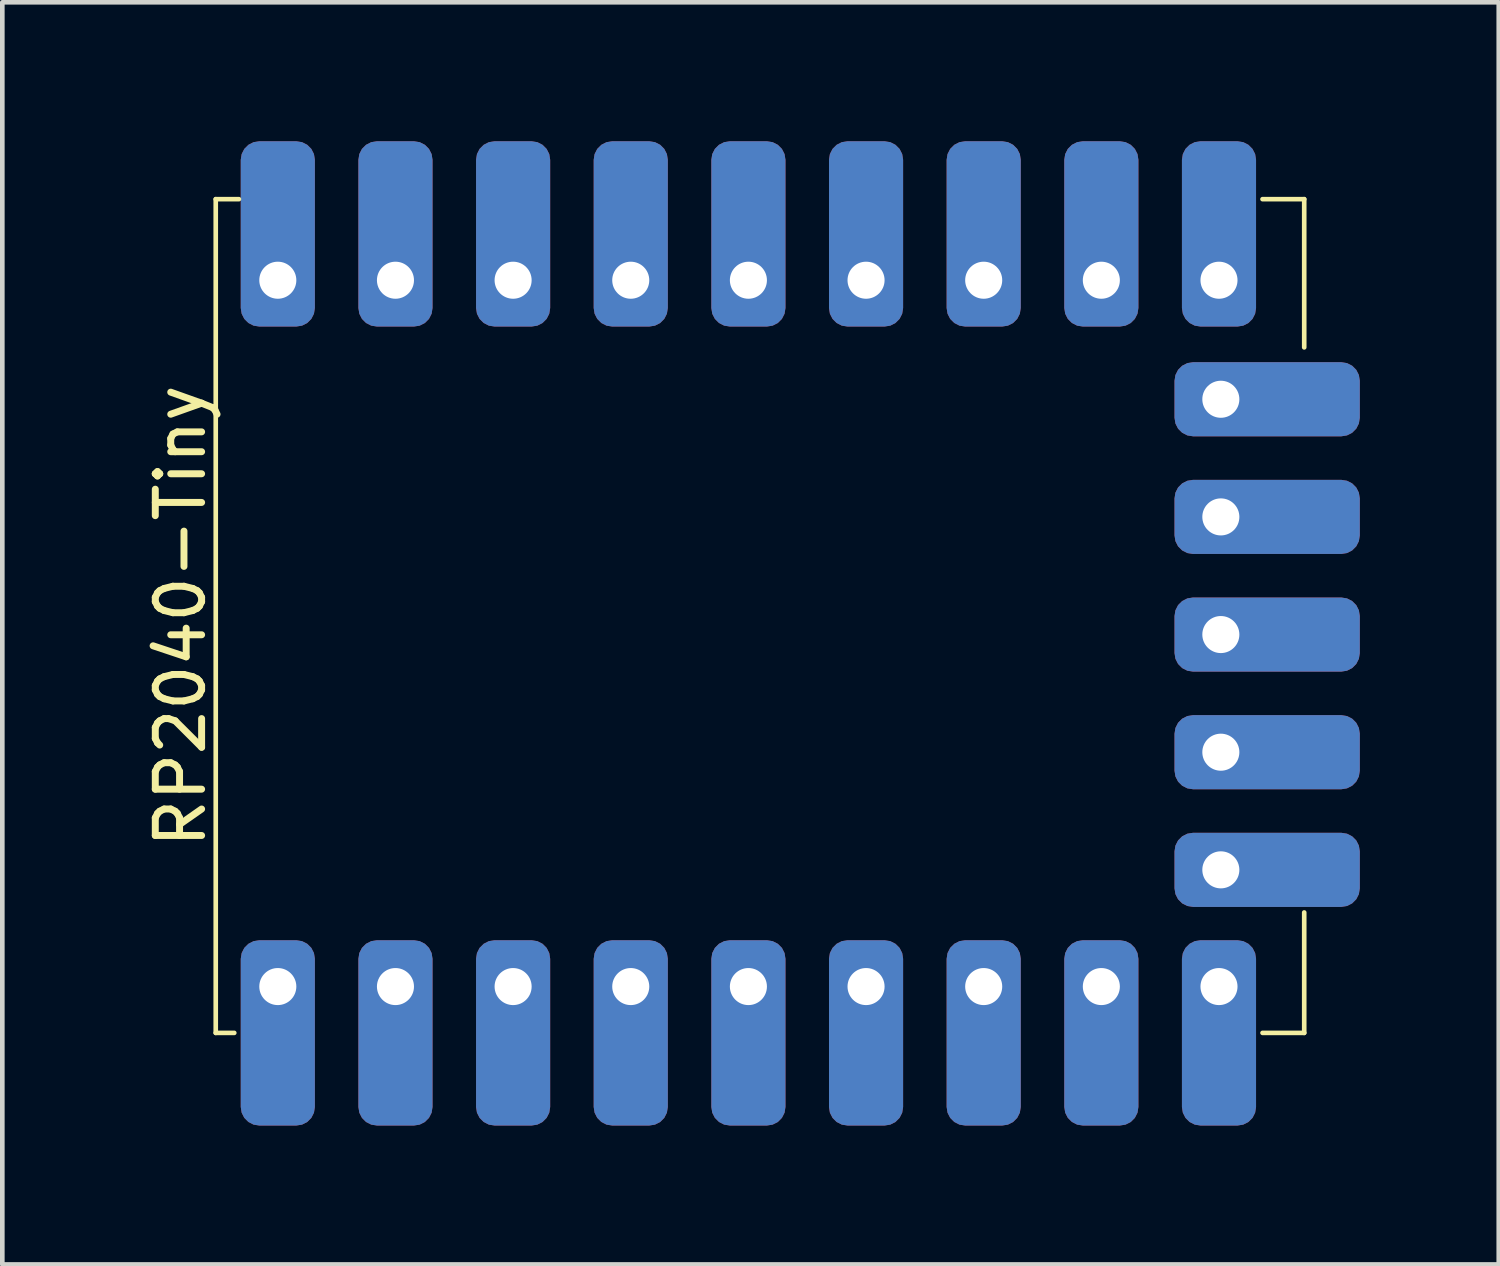
<source format=kicad_pcb>
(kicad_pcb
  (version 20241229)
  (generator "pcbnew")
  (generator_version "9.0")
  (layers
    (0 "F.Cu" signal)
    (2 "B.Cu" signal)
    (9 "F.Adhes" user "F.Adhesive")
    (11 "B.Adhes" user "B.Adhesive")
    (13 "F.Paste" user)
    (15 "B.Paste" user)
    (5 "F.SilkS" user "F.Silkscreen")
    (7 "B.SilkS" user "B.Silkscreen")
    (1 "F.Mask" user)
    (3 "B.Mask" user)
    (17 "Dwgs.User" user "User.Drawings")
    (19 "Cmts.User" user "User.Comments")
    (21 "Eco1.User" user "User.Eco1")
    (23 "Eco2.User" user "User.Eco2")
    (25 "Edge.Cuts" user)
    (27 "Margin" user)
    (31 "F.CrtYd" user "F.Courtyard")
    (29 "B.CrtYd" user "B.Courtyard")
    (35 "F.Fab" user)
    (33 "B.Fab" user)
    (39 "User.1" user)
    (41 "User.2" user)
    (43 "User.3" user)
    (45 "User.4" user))
  (footprint "RP2040-Tiny"
    (layer "F.Cu")
    (at 13.108 10.25)
    (property "Reference" "RP2040-Tiny" (at -12.26 0 90) (layer "F.SilkS") (effects (font (size 1 1) (thickness 0.15))))
    (attr through_hole)
    (fp_line (start -11.5 -9) (end -11.5 9) (stroke (width 0.1) (type default)) (layer "F.SilkS"))
    (fp_line (start -11.5 9) (end -11.1 9) (stroke (width 0.1) (type default)) (layer "F.SilkS"))
    (fp_line (start -11 -9) (end -11.5 -9) (stroke (width 0.1) (type default)) (layer "F.SilkS"))
    (fp_line (start 11.1 -9) (end 12 -9) (stroke (width 0.1) (type default)) (layer "F.SilkS"))
    (fp_line (start 11.1 9) (end 12 9) (stroke (width 0.1) (type default)) (layer "F.SilkS"))
    (fp_line (start 12 -9) (end 12 -5.8) (stroke (width 0.1) (type default)) (layer "F.SilkS"))
    (fp_line (start 12 9) (end 12 6.4) (stroke (width 0.1) (type default)) (layer "F.SilkS"))
    (pad "0" thru_hole roundrect (at -10.16 -7.25) (size 1.6 4) (drill 0.8 (offset 0 -1)) (layers "*.Cu" "*.Mask") (roundrect_rratio 0.25))
    (pad "1" thru_hole roundrect (at -7.62 -7.25) (size 1.6 4) (drill 0.8 (offset 0 -1)) (layers "*.Cu" "*.Mask") (roundrect_rratio 0.25))
    (pad "2" thru_hole roundrect (at -5.08 -7.25) (size 1.6 4) (drill 0.8 (offset 0 -1)) (layers "*.Cu" "*.Mask") (roundrect_rratio 0.25))
    (pad "3" thru_hole roundrect (at -2.54 -7.25) (size 1.6 4) (drill 0.8 (offset 0 -1)) (layers "*.Cu" "*.Mask") (roundrect_rratio 0.25))
    (pad "4" thru_hole roundrect (at 0 -7.25) (size 1.6 4) (drill 0.8 (offset 0 -1)) (layers "*.Cu" "*.Mask") (roundrect_rratio 0.25))
    (pad "5" thru_hole roundrect (at 2.54 -7.25) (size 1.6 4) (drill 0.8 (offset 0 -1)) (layers "*.Cu" "*.Mask") (roundrect_rratio 0.25))
    (pad "6" thru_hole roundrect (at 5.08 -7.25) (size 1.6 4) (drill 0.8 (offset 0 -1)) (layers "*.Cu" "*.Mask") (roundrect_rratio 0.25))
    (pad "7" thru_hole roundrect (at 7.62 -7.25) (size 1.6 4) (drill 0.8 (offset 0 -1)) (layers "*.Cu" "*.Mask") (roundrect_rratio 0.25))
    (pad "8" thru_hole roundrect (at 10.16 -7.25) (size 1.6 4) (drill 0.8 (offset 0 -1)) (layers "*.Cu" "*.Mask") (roundrect_rratio 0.25))
    (pad "9" thru_hole roundrect (at 10.2 -4.68 270) (size 1.6 4) (drill 0.8 (offset 0 -1)) (layers "*.Cu" "*.Mask") (roundrect_rratio 0.25))
    (pad "10" thru_hole roundrect (at 10.2 -2.14 270) (size 1.6 4) (drill 0.8 (offset 0 -1)) (layers "*.Cu" "*.Mask") (roundrect_rratio 0.25))
    (pad "11" thru_hole roundrect (at 10.2 0.4 270) (size 1.6 4) (drill 0.8 (offset 0 -1)) (layers "*.Cu" "*.Mask") (roundrect_rratio 0.25))
    (pad "12" thru_hole roundrect (at 10.2 2.94 270) (size 1.6 4) (drill 0.8 (offset 0 -1)) (layers "*.Cu" "*.Mask") (roundrect_rratio 0.25))
    (pad "13" thru_hole roundrect (at 10.2 5.48 270) (size 1.6 4) (drill 0.8 (offset 0 -1)) (layers "*.Cu" "*.Mask") (roundrect_rratio 0.25))
    (pad "14" thru_hole roundrect (at 10.16 8 180) (size 1.6 4) (drill 0.8 (offset 0 -1)) (layers "*.Cu" "*.Mask") (roundrect_rratio 0.25))
    (pad "15" thru_hole roundrect (at 7.62 8 180) (size 1.6 4) (drill 0.8 (offset 0 -1)) (layers "*.Cu" "*.Mask") (roundrect_rratio 0.25))
    (pad "16" thru_hole roundrect (at 5.08 8 180) (size 1.6 4) (drill 0.8 (offset 0 -1)) (layers "*.Cu" "*.Mask") (roundrect_rratio 0.25))
    (pad "17" thru_hole roundrect (at 2.54 8 180) (size 1.6 4) (drill 0.8 (offset 0 -1)) (layers "*.Cu" "*.Mask") (roundrect_rratio 0.25))
    (pad "18" thru_hole roundrect (at 0 8 180) (size 1.6 4) (drill 0.8 (offset 0 -1)) (layers "*.Cu" "*.Mask") (roundrect_rratio 0.25))
    (pad "19" thru_hole roundrect (at -2.54 8 180) (size 1.6 4) (drill 0.8 (offset 0 -1)) (layers "*.Cu" "*.Mask") (roundrect_rratio 0.25))
    (pad "20" thru_hole roundrect (at -5.08 8 180) (size 1.6 4) (drill 0.8 (offset 0 -1)) (layers "*.Cu" "*.Mask") (roundrect_rratio 0.25))
    (pad "21" thru_hole roundrect (at -7.62 8 180) (size 1.6 4) (drill 0.8 (offset 0 -1)) (layers "*.Cu" "*.Mask") (roundrect_rratio 0.25))
    (pad "22" thru_hole roundrect (at -10.16 8 180) (size 1.6 4) (drill 0.8 (offset 0 -1)) (layers "*.Cu" "*.Mask") (roundrect_rratio 0.25)))
  (gr_rect
    (start -3 -3)
    (end 29.308 24.25)
    (stroke (width 0.1) (type default))
    (fill no)
    (layer "Edge.Cuts")))
</source>
